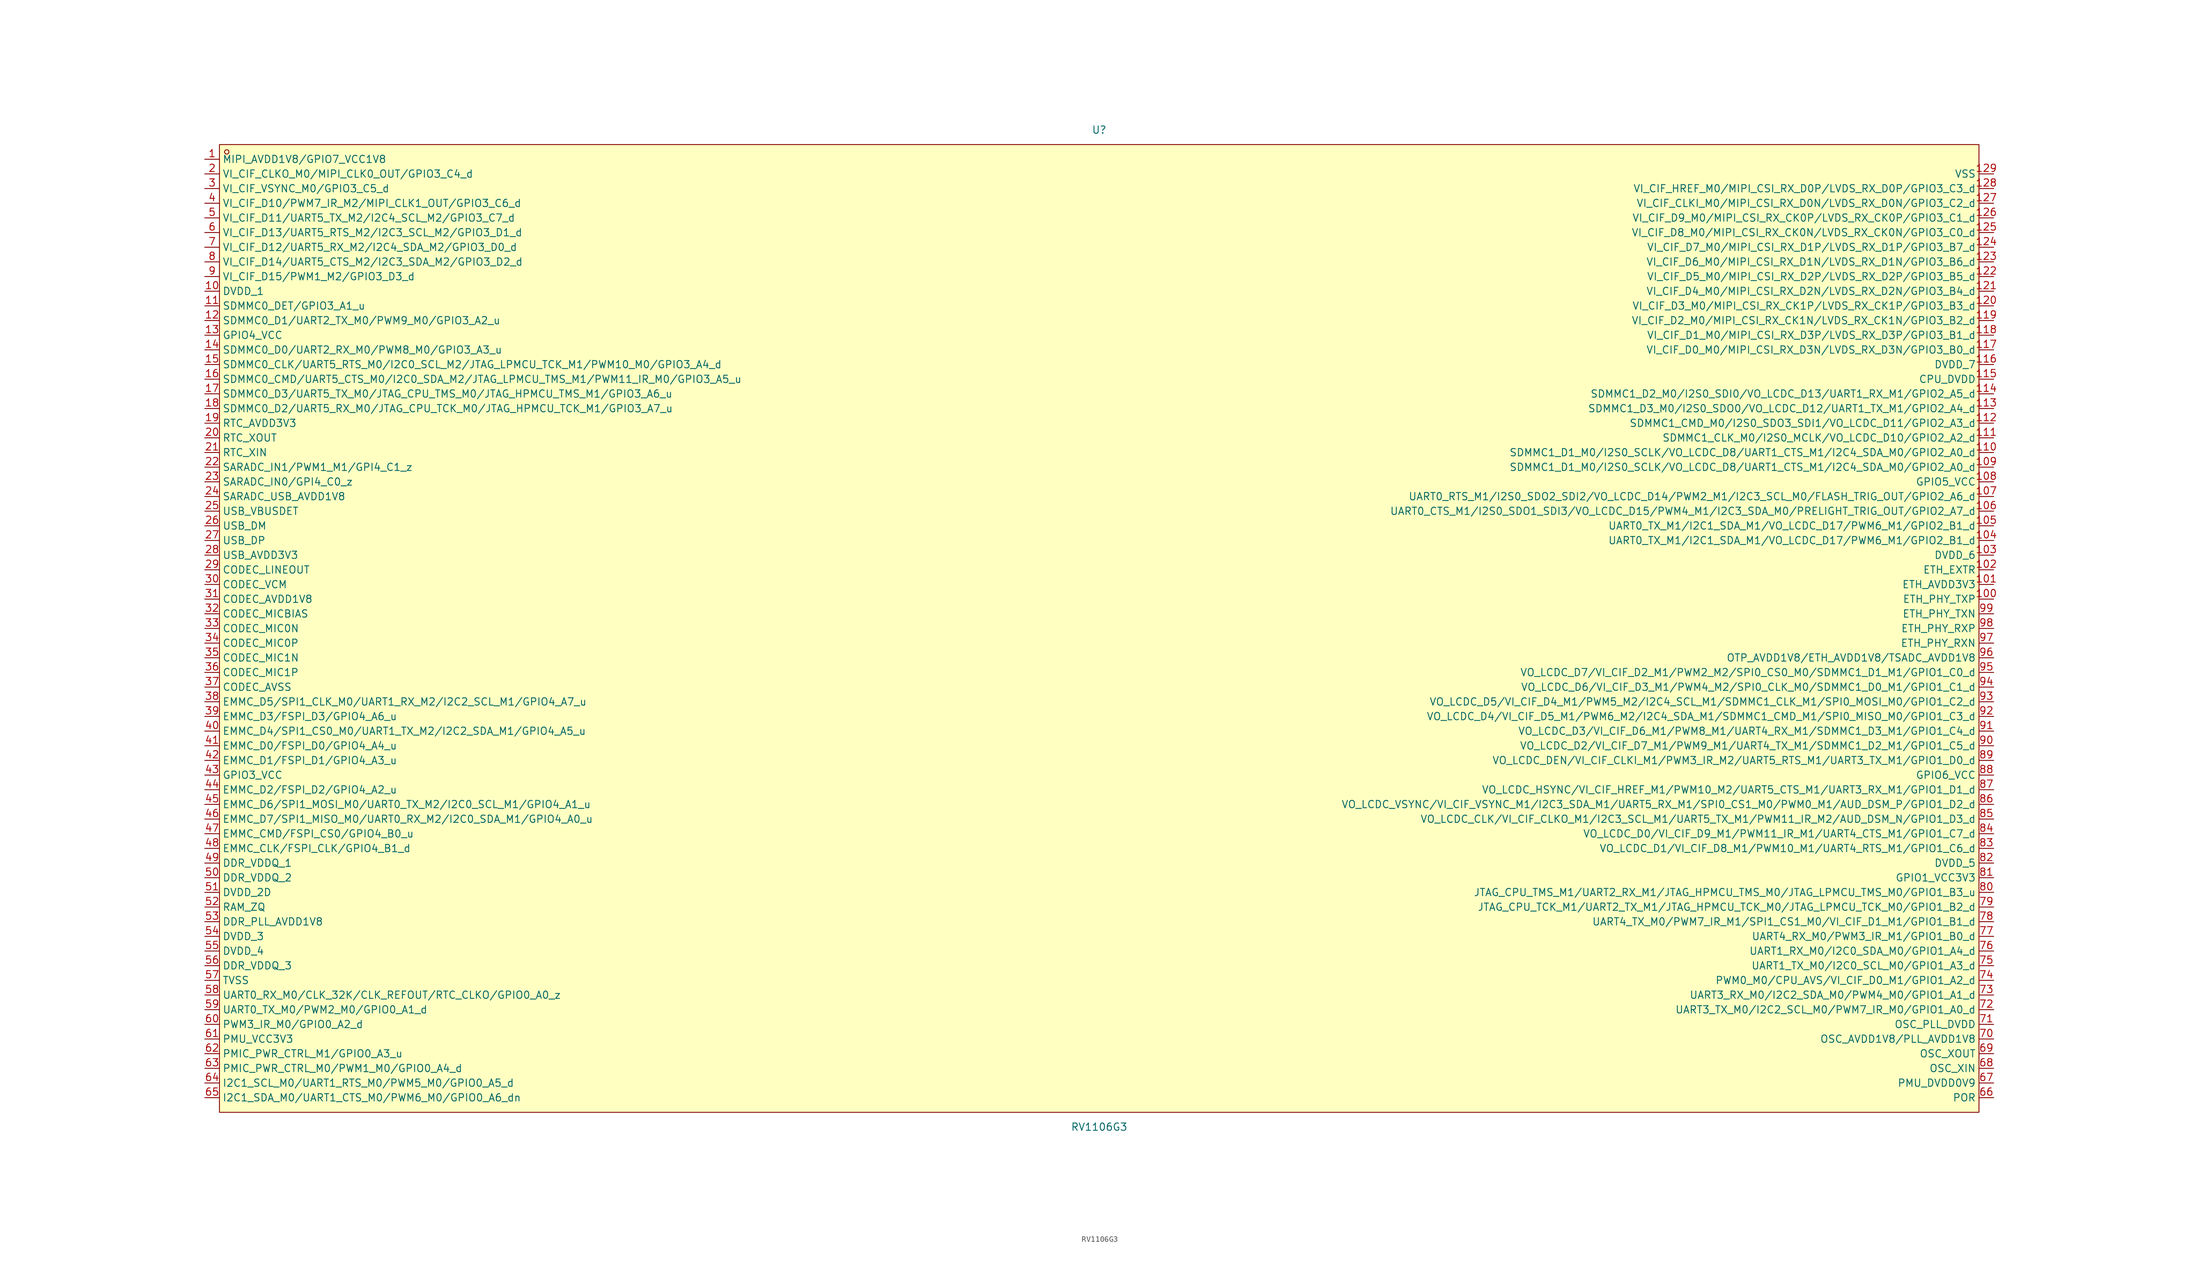
<source format=kicad_sym>
(kicad_symbol_lib
  (version 20211014)
  (generator https://github.com/uPesy/easyeda2kicad.py)
  (symbol "RV1106G3"
    (property "Reference" "U"
      (at 0 86.36 0)
      (effects (font (size 1.27 1.27))))
    (property "Value" "RV1106G3"
      (at 0 -86.36 0)
      (effects (font (size 1.27 1.27))))
    (symbol "RV1106G3_0_1"
      (rectangle (start -152.40 83.82) (end 152.40 -83.82) (stroke (width 0) (type default) (color 0 0 0 0)) (fill (type background)))
      (circle (center -151.13 82.55) (radius 0.38) (stroke (width 0) (type default) (color 0 0 0 0)) (fill (type none)))
      (pin unspecified line (at -154.94 81.28 0) (length 2.54) (name "MIPI_AVDD1V8/GPIO7_VCC1V8" (effects (font (size 1.27 1.27)))) (number "1" (effects (font (size 1.27 1.27)))))
      (pin unspecified line (at -154.94 78.74 0) (length 2.54) (name "VI_CIF_CLKO_M0/MIPI_CLK0_OUT/GPIO3_C4_d" (effects (font (size 1.27 1.27)))) (number "2" (effects (font (size 1.27 1.27)))))
      (pin unspecified line (at -154.94 76.20 0) (length 2.54) (name "VI_CIF_VSYNC_M0/GPIO3_C5_d" (effects (font (size 1.27 1.27)))) (number "3" (effects (font (size 1.27 1.27)))))
      (pin unspecified line (at -154.94 73.66 0) (length 2.54) (name "VI_CIF_D10/PWM7_IR_M2/MIPI_CLK1_OUT/GPIO3_C6_d" (effects (font (size 1.27 1.27)))) (number "4" (effects (font (size 1.27 1.27)))))
      (pin unspecified line (at -154.94 71.12 0) (length 2.54) (name "VI_CIF_D11/UART5_TX_M2/I2C4_SCL_M2/GPIO3_C7_d" (effects (font (size 1.27 1.27)))) (number "5" (effects (font (size 1.27 1.27)))))
      (pin unspecified line (at -154.94 68.58 0) (length 2.54) (name "VI_CIF_D13/UART5_RTS_M2/I2C3_SCL_M2/GPIO3_D1_d" (effects (font (size 1.27 1.27)))) (number "6" (effects (font (size 1.27 1.27)))))
      (pin unspecified line (at -154.94 66.04 0) (length 2.54) (name "VI_CIF_D12/UART5_RX_M2/I2C4_SDA_M2/GPIO3_D0_d" (effects (font (size 1.27 1.27)))) (number "7" (effects (font (size 1.27 1.27)))))
      (pin unspecified line (at -154.94 63.50 0) (length 2.54) (name "VI_CIF_D14/UART5_CTS_M2/I2C3_SDA_M2/GPIO3_D2_d" (effects (font (size 1.27 1.27)))) (number "8" (effects (font (size 1.27 1.27)))))
      (pin unspecified line (at -154.94 60.96 0) (length 2.54) (name "VI_CIF_D15/PWM1_M2/GPIO3_D3_d" (effects (font (size 1.27 1.27)))) (number "9" (effects (font (size 1.27 1.27)))))
      (pin unspecified line (at -154.94 58.42 0) (length 2.54) (name "DVDD_1" (effects (font (size 1.27 1.27)))) (number "10" (effects (font (size 1.27 1.27)))))
      (pin unspecified line (at -154.94 55.88 0) (length 2.54) (name "SDMMC0_DET/GPIO3_A1_u" (effects (font (size 1.27 1.27)))) (number "11" (effects (font (size 1.27 1.27)))))
      (pin unspecified line (at -154.94 53.34 0) (length 2.54) (name "SDMMC0_D1/UART2_TX_M0/PWM9_M0/GPIO3_A2_u" (effects (font (size 1.27 1.27)))) (number "12" (effects (font (size 1.27 1.27)))))
      (pin unspecified line (at -154.94 50.80 0) (length 2.54) (name "GPIO4_VCC" (effects (font (size 1.27 1.27)))) (number "13" (effects (font (size 1.27 1.27)))))
      (pin unspecified line (at -154.94 48.26 0) (length 2.54) (name "SDMMC0_D0/UART2_RX_M0/PWM8_M0/GPIO3_A3_u" (effects (font (size 1.27 1.27)))) (number "14" (effects (font (size 1.27 1.27)))))
      (pin unspecified line (at -154.94 45.72 0) (length 2.54) (name "SDMMC0_CLK/UART5_RTS_M0/I2C0_SCL_M2/JTAG_LPMCU_TCK_M1/PWM10_M0/GPIO3_A4_d" (effects (font (size 1.27 1.27)))) (number "15" (effects (font (size 1.27 1.27)))))
      (pin unspecified line (at -154.94 43.18 0) (length 2.54) (name "SDMMC0_CMD/UART5_CTS_M0/I2C0_SDA_M2/JTAG_LPMCU_TMS_M1/PWM11_IR_M0/GPIO3_A5_u" (effects (font (size 1.27 1.27)))) (number "16" (effects (font (size 1.27 1.27)))))
      (pin unspecified line (at -154.94 40.64 0) (length 2.54) (name "SDMMC0_D3/UART5_TX_M0/JTAG_CPU_TMS_M0/JTAG_HPMCU_TMS_M1/GPIO3_A6_u" (effects (font (size 1.27 1.27)))) (number "17" (effects (font (size 1.27 1.27)))))
      (pin unspecified line (at -154.94 38.10 0) (length 2.54) (name "SDMMC0_D2/UART5_RX_M0/JTAG_CPU_TCK_M0/JTAG_HPMCU_TCK_M1/GPIO3_A7_u" (effects (font (size 1.27 1.27)))) (number "18" (effects (font (size 1.27 1.27)))))
      (pin unspecified line (at -154.94 35.56 0) (length 2.54) (name "RTC_AVDD3V3" (effects (font (size 1.27 1.27)))) (number "19" (effects (font (size 1.27 1.27)))))
      (pin unspecified line (at -154.94 33.02 0) (length 2.54) (name "RTC_XOUT" (effects (font (size 1.27 1.27)))) (number "20" (effects (font (size 1.27 1.27)))))
      (pin unspecified line (at -154.94 30.48 0) (length 2.54) (name "RTC_XIN" (effects (font (size 1.27 1.27)))) (number "21" (effects (font (size 1.27 1.27)))))
      (pin unspecified line (at -154.94 27.94 0) (length 2.54) (name "SARADC_IN1/PWM1_M1/GPI4_C1_z" (effects (font (size 1.27 1.27)))) (number "22" (effects (font (size 1.27 1.27)))))
      (pin unspecified line (at -154.94 25.40 0) (length 2.54) (name "SARADC_IN0/GPI4_C0_z" (effects (font (size 1.27 1.27)))) (number "23" (effects (font (size 1.27 1.27)))))
      (pin unspecified line (at -154.94 22.86 0) (length 2.54) (name "SARADC_USB_AVDD1V8" (effects (font (size 1.27 1.27)))) (number "24" (effects (font (size 1.27 1.27)))))
      (pin unspecified line (at -154.94 20.32 0) (length 2.54) (name "USB_VBUSDET" (effects (font (size 1.27 1.27)))) (number "25" (effects (font (size 1.27 1.27)))))
      (pin unspecified line (at -154.94 17.78 0) (length 2.54) (name "USB_DM" (effects (font (size 1.27 1.27)))) (number "26" (effects (font (size 1.27 1.27)))))
      (pin unspecified line (at -154.94 15.24 0) (length 2.54) (name "USB_DP" (effects (font (size 1.27 1.27)))) (number "27" (effects (font (size 1.27 1.27)))))
      (pin unspecified line (at -154.94 12.70 0) (length 2.54) (name "USB_AVDD3V3" (effects (font (size 1.27 1.27)))) (number "28" (effects (font (size 1.27 1.27)))))
      (pin unspecified line (at -154.94 10.16 0) (length 2.54) (name "CODEC_LINEOUT" (effects (font (size 1.27 1.27)))) (number "29" (effects (font (size 1.27 1.27)))))
      (pin unspecified line (at -154.94 7.62 0) (length 2.54) (name "CODEC_VCM" (effects (font (size 1.27 1.27)))) (number "30" (effects (font (size 1.27 1.27)))))
      (pin unspecified line (at -154.94 5.08 0) (length 2.54) (name "CODEC_AVDD1V8" (effects (font (size 1.27 1.27)))) (number "31" (effects (font (size 1.27 1.27)))))
      (pin unspecified line (at -154.94 2.54 0) (length 2.54) (name "CODEC_MICBIAS" (effects (font (size 1.27 1.27)))) (number "32" (effects (font (size 1.27 1.27)))))
      (pin unspecified line (at -154.94 -0.00 0) (length 2.54) (name "CODEC_MIC0N" (effects (font (size 1.27 1.27)))) (number "33" (effects (font (size 1.27 1.27)))))
      (pin unspecified line (at -154.94 -2.54 0) (length 2.54) (name "CODEC_MIC0P" (effects (font (size 1.27 1.27)))) (number "34" (effects (font (size 1.27 1.27)))))
      (pin unspecified line (at -154.94 -5.08 0) (length 2.54) (name "CODEC_MIC1N" (effects (font (size 1.27 1.27)))) (number "35" (effects (font (size 1.27 1.27)))))
      (pin unspecified line (at -154.94 -7.62 0) (length 2.54) (name "CODEC_MIC1P" (effects (font (size 1.27 1.27)))) (number "36" (effects (font (size 1.27 1.27)))))
      (pin unspecified line (at -154.94 -10.16 0) (length 2.54) (name "CODEC_AVSS" (effects (font (size 1.27 1.27)))) (number "37" (effects (font (size 1.27 1.27)))))
      (pin unspecified line (at -154.94 -12.70 0) (length 2.54) (name "EMMC_D5/SPI1_CLK_M0/UART1_RX_M2/I2C2_SCL_M1/GPIO4_A7_u" (effects (font (size 1.27 1.27)))) (number "38" (effects (font (size 1.27 1.27)))))
      (pin unspecified line (at -154.94 -15.24 0) (length 2.54) (name "EMMC_D3/FSPI_D3/GPIO4_A6_u" (effects (font (size 1.27 1.27)))) (number "39" (effects (font (size 1.27 1.27)))))
      (pin unspecified line (at -154.94 -17.78 0) (length 2.54) (name "EMMC_D4/SPI1_CS0_M0/UART1_TX_M2/I2C2_SDA_M1/GPIO4_A5_u" (effects (font (size 1.27 1.27)))) (number "40" (effects (font (size 1.27 1.27)))))
      (pin unspecified line (at -154.94 -20.32 0) (length 2.54) (name "EMMC_D0/FSPI_D0/GPIO4_A4_u" (effects (font (size 1.27 1.27)))) (number "41" (effects (font (size 1.27 1.27)))))
      (pin unspecified line (at -154.94 -22.86 0) (length 2.54) (name "EMMC_D1/FSPI_D1/GPIO4_A3_u" (effects (font (size 1.27 1.27)))) (number "42" (effects (font (size 1.27 1.27)))))
      (pin unspecified line (at -154.94 -25.40 0) (length 2.54) (name "GPIO3_VCC" (effects (font (size 1.27 1.27)))) (number "43" (effects (font (size 1.27 1.27)))))
      (pin unspecified line (at -154.94 -27.94 0) (length 2.54) (name "EMMC_D2/FSPI_D2/GPIO4_A2_u" (effects (font (size 1.27 1.27)))) (number "44" (effects (font (size 1.27 1.27)))))
      (pin unspecified line (at -154.94 -30.48 0) (length 2.54) (name "EMMC_D6/SPI1_MOSI_M0/UART0_TX_M2/I2C0_SCL_M1/GPIO4_A1_u" (effects (font (size 1.27 1.27)))) (number "45" (effects (font (size 1.27 1.27)))))
      (pin unspecified line (at -154.94 -33.02 0) (length 2.54) (name "EMMC_D7/SPI1_MISO_M0/UART0_RX_M2/I2C0_SDA_M1/GPIO4_A0_u" (effects (font (size 1.27 1.27)))) (number "46" (effects (font (size 1.27 1.27)))))
      (pin unspecified line (at -154.94 -35.56 0) (length 2.54) (name "EMMC_CMD/FSPI_CS0/GPIO4_B0_u" (effects (font (size 1.27 1.27)))) (number "47" (effects (font (size 1.27 1.27)))))
      (pin unspecified line (at -154.94 -38.10 0) (length 2.54) (name "EMMC_CLK/FSPI_CLK/GPIO4_B1_d" (effects (font (size 1.27 1.27)))) (number "48" (effects (font (size 1.27 1.27)))))
      (pin unspecified line (at -154.94 -40.64 0) (length 2.54) (name "DDR_VDDQ_1" (effects (font (size 1.27 1.27)))) (number "49" (effects (font (size 1.27 1.27)))))
      (pin unspecified line (at -154.94 -43.18 0) (length 2.54) (name "DDR_VDDQ_2" (effects (font (size 1.27 1.27)))) (number "50" (effects (font (size 1.27 1.27)))))
      (pin unspecified line (at -154.94 -45.72 0) (length 2.54) (name "DVDD_2D" (effects (font (size 1.27 1.27)))) (number "51" (effects (font (size 1.27 1.27)))))
      (pin unspecified line (at -154.94 -48.26 0) (length 2.54) (name "RAM_ZQ" (effects (font (size 1.27 1.27)))) (number "52" (effects (font (size 1.27 1.27)))))
      (pin unspecified line (at -154.94 -50.80 0) (length 2.54) (name "DDR_PLL_AVDD1V8" (effects (font (size 1.27 1.27)))) (number "53" (effects (font (size 1.27 1.27)))))
      (pin unspecified line (at -154.94 -53.34 0) (length 2.54) (name "DVDD_3" (effects (font (size 1.27 1.27)))) (number "54" (effects (font (size 1.27 1.27)))))
      (pin unspecified line (at -154.94 -55.88 0) (length 2.54) (name "DVDD_4" (effects (font (size 1.27 1.27)))) (number "55" (effects (font (size 1.27 1.27)))))
      (pin unspecified line (at -154.94 -58.42 0) (length 2.54) (name "DDR_VDDQ_3" (effects (font (size 1.27 1.27)))) (number "56" (effects (font (size 1.27 1.27)))))
      (pin unspecified line (at -154.94 -60.96 0) (length 2.54) (name "TVSS" (effects (font (size 1.27 1.27)))) (number "57" (effects (font (size 1.27 1.27)))))
      (pin unspecified line (at -154.94 -63.50 0) (length 2.54) (name "UART0_RX_M0/CLK_32K/CLK_REFOUT/RTC_CLKO/GPIO0_A0_z" (effects (font (size 1.27 1.27)))) (number "58" (effects (font (size 1.27 1.27)))))
      (pin unspecified line (at -154.94 -66.04 0) (length 2.54) (name "UART0_TX_M0/PWM2_M0/GPIO0_A1_d" (effects (font (size 1.27 1.27)))) (number "59" (effects (font (size 1.27 1.27)))))
      (pin unspecified line (at -154.94 -68.58 0) (length 2.54) (name "PWM3_IR_M0/GPIO0_A2_d" (effects (font (size 1.27 1.27)))) (number "60" (effects (font (size 1.27 1.27)))))
      (pin unspecified line (at -154.94 -71.12 0) (length 2.54) (name "PMU_VCC3V3" (effects (font (size 1.27 1.27)))) (number "61" (effects (font (size 1.27 1.27)))))
      (pin unspecified line (at -154.94 -73.66 0) (length 2.54) (name "PMIC_PWR_CTRL_M1/GPIO0_A3_u" (effects (font (size 1.27 1.27)))) (number "62" (effects (font (size 1.27 1.27)))))
      (pin unspecified line (at -154.94 -76.20 0) (length 2.54) (name "PMIC_PWR_CTRL_M0/PWM1_M0/GPIO0_A4_d" (effects (font (size 1.27 1.27)))) (number "63" (effects (font (size 1.27 1.27)))))
      (pin unspecified line (at -154.94 -78.74 0) (length 2.54) (name "I2C1_SCL_M0/UART1_RTS_M0/PWM5_M0/GPIO0_A5_d" (effects (font (size 1.27 1.27)))) (number "64" (effects (font (size 1.27 1.27)))))
      (pin unspecified line (at -154.94 -81.28 0) (length 2.54) (name "I2C1_SDA_M0/UART1_CTS_M0/PWM6_M0/GPIO0_A6_dn" (effects (font (size 1.27 1.27)))) (number "65" (effects (font (size 1.27 1.27)))))
      (pin unspecified line (at 154.94 -81.28 180) (length 2.54) (name "POR" (effects (font (size 1.27 1.27)))) (number "66" (effects (font (size 1.27 1.27)))))
      (pin unspecified line (at 154.94 -78.74 180) (length 2.54) (name "PMU_DVDD0V9" (effects (font (size 1.27 1.27)))) (number "67" (effects (font (size 1.27 1.27)))))
      (pin unspecified line (at 154.94 -76.20 180) (length 2.54) (name "OSC_XIN" (effects (font (size 1.27 1.27)))) (number "68" (effects (font (size 1.27 1.27)))))
      (pin unspecified line (at 154.94 -73.66 180) (length 2.54) (name "OSC_XOUT" (effects (font (size 1.27 1.27)))) (number "69" (effects (font (size 1.27 1.27)))))
      (pin unspecified line (at 154.94 -71.12 180) (length 2.54) (name "OSC_AVDD1V8/PLL_AVDD1V8" (effects (font (size 1.27 1.27)))) (number "70" (effects (font (size 1.27 1.27)))))
      (pin unspecified line (at 154.94 -68.58 180) (length 2.54) (name "OSC_PLL_DVDD" (effects (font (size 1.27 1.27)))) (number "71" (effects (font (size 1.27 1.27)))))
      (pin unspecified line (at 154.94 -66.04 180) (length 2.54) (name "UART3_TX_M0/I2C2_SCL_M0/PWM7_IR_M0/GPIO1_A0_d" (effects (font (size 1.27 1.27)))) (number "72" (effects (font (size 1.27 1.27)))))
      (pin unspecified line (at 154.94 -63.50 180) (length 2.54) (name "UART3_RX_M0/I2C2_SDA_M0/PWM4_M0/GPIO1_A1_d" (effects (font (size 1.27 1.27)))) (number "73" (effects (font (size 1.27 1.27)))))
      (pin unspecified line (at 154.94 -60.96 180) (length 2.54) (name "PWM0_M0/CPU_AVS/VI_CIF_D0_M1/GPIO1_A2_d" (effects (font (size 1.27 1.27)))) (number "74" (effects (font (size 1.27 1.27)))))
      (pin unspecified line (at 154.94 -58.42 180) (length 2.54) (name "UART1_TX_M0/I2C0_SCL_M0/GPIO1_A3_d" (effects (font (size 1.27 1.27)))) (number "75" (effects (font (size 1.27 1.27)))))
      (pin unspecified line (at 154.94 -55.88 180) (length 2.54) (name "UART1_RX_M0/I2C0_SDA_M0/GPIO1_A4_d" (effects (font (size 1.27 1.27)))) (number "76" (effects (font (size 1.27 1.27)))))
      (pin unspecified line (at 154.94 -53.34 180) (length 2.54) (name "UART4_RX_M0/PWM3_IR_M1/GPIO1_B0_d" (effects (font (size 1.27 1.27)))) (number "77" (effects (font (size 1.27 1.27)))))
      (pin unspecified line (at 154.94 -50.80 180) (length 2.54) (name "UART4_TX_M0/PWM7_IR_M1/SPI1_CS1_M0/VI_CIF_D1_M1/GPIO1_B1_d" (effects (font (size 1.27 1.27)))) (number "78" (effects (font (size 1.27 1.27)))))
      (pin unspecified line (at 154.94 -48.26 180) (length 2.54) (name "JTAG_CPU_TCK_M1/UART2_TX_M1/JTAG_HPMCU_TCK_M0/JTAG_LPMCU_TCK_M0/GPIO1_B2_d" (effects (font (size 1.27 1.27)))) (number "79" (effects (font (size 1.27 1.27)))))
      (pin unspecified line (at 154.94 -45.72 180) (length 2.54) (name "JTAG_CPU_TMS_M1/UART2_RX_M1/JTAG_HPMCU_TMS_M0/JTAG_LPMCU_TMS_M0/GPIO1_B3_u" (effects (font (size 1.27 1.27)))) (number "80" (effects (font (size 1.27 1.27)))))
      (pin unspecified line (at 154.94 -43.18 180) (length 2.54) (name "GPIO1_VCC3V3" (effects (font (size 1.27 1.27)))) (number "81" (effects (font (size 1.27 1.27)))))
      (pin unspecified line (at 154.94 -40.64 180) (length 2.54) (name "DVDD_5" (effects (font (size 1.27 1.27)))) (number "82" (effects (font (size 1.27 1.27)))))
      (pin unspecified line (at 154.94 -38.10 180) (length 2.54) (name "VO_LCDC_D1/VI_CIF_D8_M1/PWM10_M1/UART4_RTS_M1/GPIO1_C6_d" (effects (font (size 1.27 1.27)))) (number "83" (effects (font (size 1.27 1.27)))))
      (pin unspecified line (at 154.94 -35.56 180) (length 2.54) (name "VO_LCDC_D0/VI_CIF_D9_M1/PWM11_IR_M1/UART4_CTS_M1/GPIO1_C7_d" (effects (font (size 1.27 1.27)))) (number "84" (effects (font (size 1.27 1.27)))))
      (pin unspecified line (at 154.94 -33.02 180) (length 2.54) (name "VO_LCDC_CLK/VI_CIF_CLKO_M1/I2C3_SCL_M1/UART5_TX_M1/PWM11_IR_M2/AUD_DSM_N/GPIO1_D3_d" (effects (font (size 1.27 1.27)))) (number "85" (effects (font (size 1.27 1.27)))))
      (pin unspecified line (at 154.94 -30.48 180) (length 2.54) (name "VO_LCDC_VSYNC/VI_CIF_VSYNC_M1/I2C3_SDA_M1/UART5_RX_M1/SPI0_CS1_M0/PWM0_M1/AUD_DSM_P/GPIO1_D2_d" (effects (font (size 1.27 1.27)))) (number "86" (effects (font (size 1.27 1.27)))))
      (pin unspecified line (at 154.94 -27.94 180) (length 2.54) (name "VO_LCDC_HSYNC/VI_CIF_HREF_M1/PWM10_M2/UART5_CTS_M1/UART3_RX_M1/GPIO1_D1_d" (effects (font (size 1.27 1.27)))) (number "87" (effects (font (size 1.27 1.27)))))
      (pin unspecified line (at 154.94 -25.40 180) (length 2.54) (name "GPIO6_VCC" (effects (font (size 1.27 1.27)))) (number "88" (effects (font (size 1.27 1.27)))))
      (pin unspecified line (at 154.94 -22.86 180) (length 2.54) (name "VO_LCDC_DEN/VI_CIF_CLKI_M1/PWM3_IR_M2/UART5_RTS_M1/UART3_TX_M1/GPIO1_D0_d" (effects (font (size 1.27 1.27)))) (number "89" (effects (font (size 1.27 1.27)))))
      (pin unspecified line (at 154.94 -20.32 180) (length 2.54) (name "VO_LCDC_D2/VI_CIF_D7_M1/PWM9_M1/UART4_TX_M1/SDMMC1_D2_M1/GPIO1_C5_d" (effects (font (size 1.27 1.27)))) (number "90" (effects (font (size 1.27 1.27)))))
      (pin unspecified line (at 154.94 -17.78 180) (length 2.54) (name "VO_LCDC_D3/VI_CIF_D6_M1/PWM8_M1/UART4_RX_M1/SDMMC1_D3_M1/GPIO1_C4_d" (effects (font (size 1.27 1.27)))) (number "91" (effects (font (size 1.27 1.27)))))
      (pin unspecified line (at 154.94 -15.24 180) (length 2.54) (name "VO_LCDC_D4/VI_CIF_D5_M1/PWM6_M2/I2C4_SDA_M1/SDMMC1_CMD_M1/SPI0_MISO_M0/GPIO1_C3_d" (effects (font (size 1.27 1.27)))) (number "92" (effects (font (size 1.27 1.27)))))
      (pin unspecified line (at 154.94 -12.70 180) (length 2.54) (name "VO_LCDC_D5/VI_CIF_D4_M1/PWM5_M2/I2C4_SCL_M1/SDMMC1_CLK_M1/SPI0_MOSI_M0/GPIO1_C2_d" (effects (font (size 1.27 1.27)))) (number "93" (effects (font (size 1.27 1.27)))))
      (pin unspecified line (at 154.94 -10.16 180) (length 2.54) (name "VO_LCDC_D6/VI_CIF_D3_M1/PWM4_M2/SPI0_CLK_M0/SDMMC1_D0_M1/GPIO1_C1_d" (effects (font (size 1.27 1.27)))) (number "94" (effects (font (size 1.27 1.27)))))
      (pin unspecified line (at 154.94 -7.62 180) (length 2.54) (name "VO_LCDC_D7/VI_CIF_D2_M1/PWM2_M2/SPI0_CS0_M0/SDMMC1_D1_M1/GPIO1_C0_d" (effects (font (size 1.27 1.27)))) (number "95" (effects (font (size 1.27 1.27)))))
      (pin unspecified line (at 154.94 -5.08 180) (length 2.54) (name "OTP_AVDD1V8/ETH_AVDD1V8/TSADC_AVDD1V8" (effects (font (size 1.27 1.27)))) (number "96" (effects (font (size 1.27 1.27)))))
      (pin unspecified line (at 154.94 -2.54 180) (length 2.54) (name "ETH_PHY_RXN" (effects (font (size 1.27 1.27)))) (number "97" (effects (font (size 1.27 1.27)))))
      (pin unspecified line (at 154.94 -0.00 180) (length 2.54) (name "ETH_PHY_RXP" (effects (font (size 1.27 1.27)))) (number "98" (effects (font (size 1.27 1.27)))))
      (pin unspecified line (at 154.94 2.54 180) (length 2.54) (name "ETH_PHY_TXN" (effects (font (size 1.27 1.27)))) (number "99" (effects (font (size 1.27 1.27)))))
      (pin unspecified line (at 154.94 5.08 180) (length 2.54) (name "ETH_PHY_TXP" (effects (font (size 1.27 1.27)))) (number "100" (effects (font (size 1.27 1.27)))))
      (pin unspecified line (at 154.94 7.62 180) (length 2.54) (name "ETH_AVDD3V3" (effects (font (size 1.27 1.27)))) (number "101" (effects (font (size 1.27 1.27)))))
      (pin unspecified line (at 154.94 10.16 180) (length 2.54) (name "ETH_EXTR" (effects (font (size 1.27 1.27)))) (number "102" (effects (font (size 1.27 1.27)))))
      (pin unspecified line (at 154.94 12.70 180) (length 2.54) (name "DVDD_6" (effects (font (size 1.27 1.27)))) (number "103" (effects (font (size 1.27 1.27)))))
      (pin unspecified line (at 154.94 15.24 180) (length 2.54) (name "UART0_TX_M1/I2C1_SDA_M1/VO_LCDC_D17/PWM6_M1/GPIO2_B1_d" (effects (font (size 1.27 1.27)))) (number "104" (effects (font (size 1.27 1.27)))))
      (pin unspecified line (at 154.94 17.78 180) (length 2.54) (name "UART0_TX_M1/I2C1_SDA_M1/VO_LCDC_D17/PWM6_M1/GPIO2_B1_d" (effects (font (size 1.27 1.27)))) (number "105" (effects (font (size 1.27 1.27)))))
      (pin unspecified line (at 154.94 20.32 180) (length 2.54) (name "UART0_CTS_M1/I2S0_SDO1_SDI3/VO_LCDC_D15/PWM4_M1/I2C3_SDA_M0/PRELIGHT_TRIG_OUT/GPIO2_A7_d" (effects (font (size 1.27 1.27)))) (number "106" (effects (font (size 1.27 1.27)))))
      (pin unspecified line (at 154.94 22.86 180) (length 2.54) (name "UART0_RTS_M1/I2S0_SDO2_SDI2/VO_LCDC_D14/PWM2_M1/I2C3_SCL_M0/FLASH_TRIG_OUT/GPIO2_A6_d" (effects (font (size 1.27 1.27)))) (number "107" (effects (font (size 1.27 1.27)))))
      (pin unspecified line (at 154.94 25.40 180) (length 2.54) (name "GPIO5_VCC" (effects (font (size 1.27 1.27)))) (number "108" (effects (font (size 1.27 1.27)))))
      (pin unspecified line (at 154.94 27.94 180) (length 2.54) (name "SDMMC1_D1_M0/I2S0_SCLK/VO_LCDC_D8/UART1_CTS_M1/I2C4_SDA_M0/GPIO2_A0_d" (effects (font (size 1.27 1.27)))) (number "109" (effects (font (size 1.27 1.27)))))
      (pin unspecified line (at 154.94 30.48 180) (length 2.54) (name "SDMMC1_D1_M0/I2S0_SCLK/VO_LCDC_D8/UART1_CTS_M1/I2C4_SDA_M0/GPIO2_A0_d" (effects (font (size 1.27 1.27)))) (number "110" (effects (font (size 1.27 1.27)))))
      (pin unspecified line (at 154.94 33.02 180) (length 2.54) (name "SDMMC1_CLK_M0/I2S0_MCLK/VO_LCDC_D10/GPIO2_A2_d" (effects (font (size 1.27 1.27)))) (number "111" (effects (font (size 1.27 1.27)))))
      (pin unspecified line (at 154.94 35.56 180) (length 2.54) (name "SDMMC1_CMD_M0/I2S0_SDO3_SDI1/VO_LCDC_D11/GPIO2_A3_d" (effects (font (size 1.27 1.27)))) (number "112" (effects (font (size 1.27 1.27)))))
      (pin unspecified line (at 154.94 38.10 180) (length 2.54) (name "SDMMC1_D3_M0/I2S0_SDO0/VO_LCDC_D12/UART1_TX_M1/GPIO2_A4_d" (effects (font (size 1.27 1.27)))) (number "113" (effects (font (size 1.27 1.27)))))
      (pin unspecified line (at 154.94 40.64 180) (length 2.54) (name "SDMMC1_D2_M0/I2S0_SDI0/VO_LCDC_D13/UART1_RX_M1/GPIO2_A5_d" (effects (font (size 1.27 1.27)))) (number "114" (effects (font (size 1.27 1.27)))))
      (pin unspecified line (at 154.94 43.18 180) (length 2.54) (name "CPU_DVDD" (effects (font (size 1.27 1.27)))) (number "115" (effects (font (size 1.27 1.27)))))
      (pin unspecified line (at 154.94 45.72 180) (length 2.54) (name "DVDD_7" (effects (font (size 1.27 1.27)))) (number "116" (effects (font (size 1.27 1.27)))))
      (pin unspecified line (at 154.94 48.26 180) (length 2.54) (name "VI_CIF_D0_M0/MIPI_CSI_RX_D3N/LVDS_RX_D3N/GPIO3_B0_d" (effects (font (size 1.27 1.27)))) (number "117" (effects (font (size 1.27 1.27)))))
      (pin unspecified line (at 154.94 50.80 180) (length 2.54) (name "VI_CIF_D1_M0/MIPI_CSI_RX_D3P/LVDS_RX_D3P/GPIO3_B1_d" (effects (font (size 1.27 1.27)))) (number "118" (effects (font (size 1.27 1.27)))))
      (pin unspecified line (at 154.94 53.34 180) (length 2.54) (name "VI_CIF_D2_M0/MIPI_CSI_RX_CK1N/LVDS_RX_CK1N/GPIO3_B2_d" (effects (font (size 1.27 1.27)))) (number "119" (effects (font (size 1.27 1.27)))))
      (pin unspecified line (at 154.94 55.88 180) (length 2.54) (name "VI_CIF_D3_M0/MIPI_CSI_RX_CK1P/LVDS_RX_CK1P/GPIO3_B3_d" (effects (font (size 1.27 1.27)))) (number "120" (effects (font (size 1.27 1.27)))))
      (pin unspecified line (at 154.94 58.42 180) (length 2.54) (name "VI_CIF_D4_M0/MIPI_CSI_RX_D2N/LVDS_RX_D2N/GPIO3_B4_d" (effects (font (size 1.27 1.27)))) (number "121" (effects (font (size 1.27 1.27)))))
      (pin unspecified line (at 154.94 60.96 180) (length 2.54) (name "VI_CIF_D5_M0/MIPI_CSI_RX_D2P/LVDS_RX_D2P/GPIO3_B5_d" (effects (font (size 1.27 1.27)))) (number "122" (effects (font (size 1.27 1.27)))))
      (pin unspecified line (at 154.94 63.50 180) (length 2.54) (name "VI_CIF_D6_M0/MIPI_CSI_RX_D1N/LVDS_RX_D1N/GPIO3_B6_d" (effects (font (size 1.27 1.27)))) (number "123" (effects (font (size 1.27 1.27)))))
      (pin unspecified line (at 154.94 66.04 180) (length 2.54) (name "VI_CIF_D7_M0/MIPI_CSI_RX_D1P/LVDS_RX_D1P/GPIO3_B7_d" (effects (font (size 1.27 1.27)))) (number "124" (effects (font (size 1.27 1.27)))))
      (pin unspecified line (at 154.94 68.58 180) (length 2.54) (name "VI_CIF_D8_M0/MIPI_CSI_RX_CK0N/LVDS_RX_CK0N/GPIO3_C0_d" (effects (font (size 1.27 1.27)))) (number "125" (effects (font (size 1.27 1.27)))))
      (pin unspecified line (at 154.94 71.12 180) (length 2.54) (name "VI_CIF_D9_M0/MIPI_CSI_RX_CK0P/LVDS_RX_CK0P/GPIO3_C1_d" (effects (font (size 1.27 1.27)))) (number "126" (effects (font (size 1.27 1.27)))))
      (pin unspecified line (at 154.94 73.66 180) (length 2.54) (name "VI_CIF_CLKI_M0/MIPI_CSI_RX_D0N/LVDS_RX_D0N/GPIO3_C2_d" (effects (font (size 1.27 1.27)))) (number "127" (effects (font (size 1.27 1.27)))))
      (pin unspecified line (at 154.94 76.20 180) (length 2.54) (name "VI_CIF_HREF_M0/MIPI_CSI_RX_D0P/LVDS_RX_D0P/GPIO3_C3_d" (effects (font (size 1.27 1.27)))) (number "128" (effects (font (size 1.27 1.27)))))
      (pin unspecified line (at 154.94 78.74 180) (length 2.54) (name "VSS" (effects (font (size 1.27 1.27)))) (number "129" (effects (font (size 1.27 1.27))))))))
</source>
